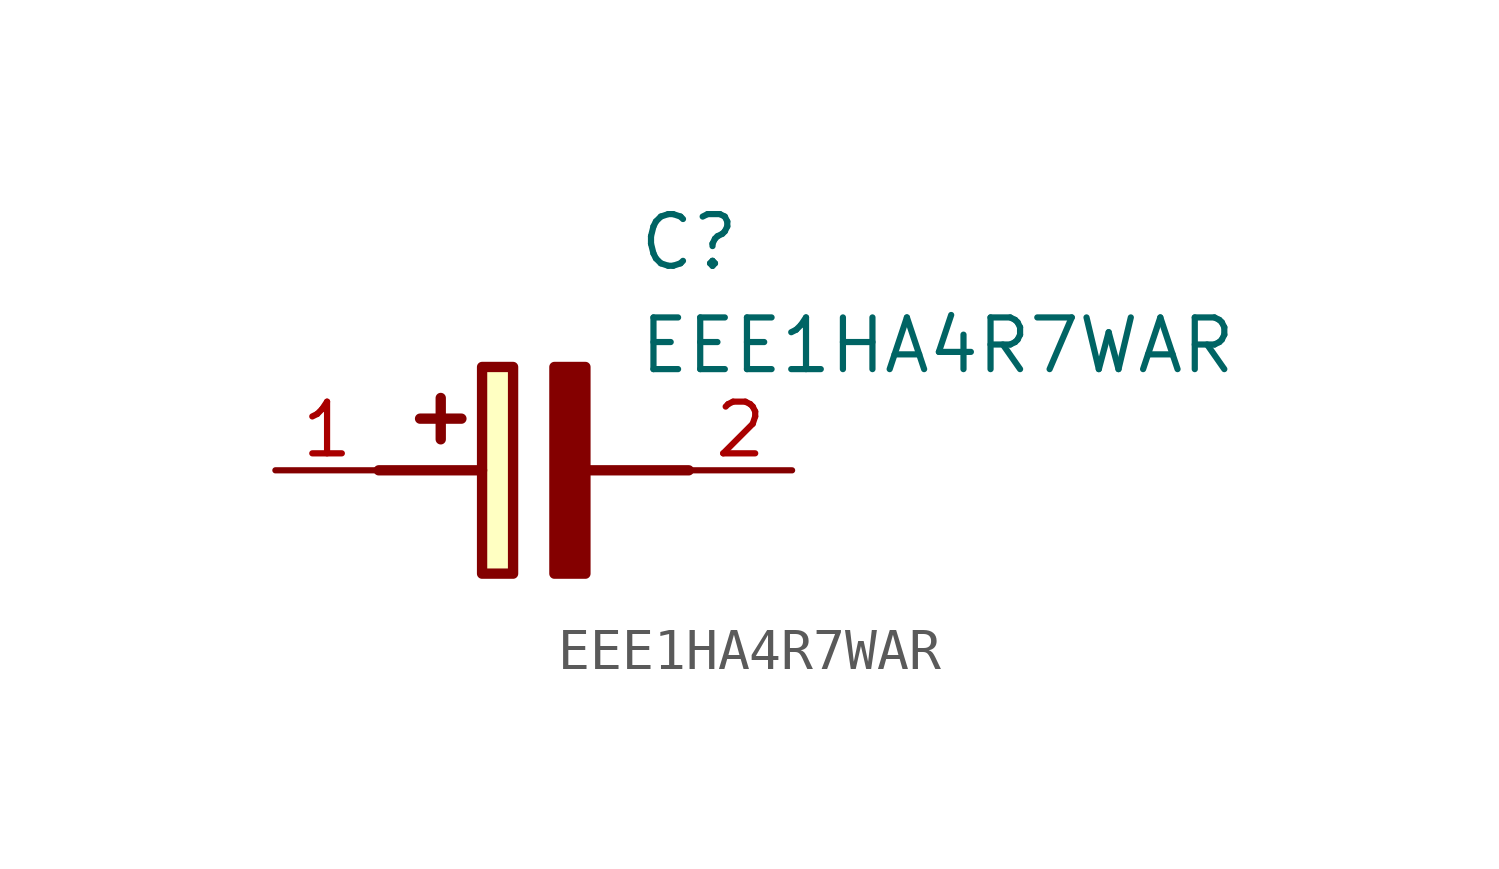
<source format=kicad_sym>
(kicad_symbol_lib
  (version 20211014)
  (generator SamacSys_ECAD_Model)
  (symbol "EEE1HA4R7WAR"
    (pin_names hide)
    (property "Reference" "C"
      (at 8.89 6.35 0)
      (effects (font (size 1.27 1.27)) (justify left top)))
    (property "Value" "EEE1HA4R7WAR"
      (at 8.89 3.81 0)
      (effects (font (size 1.27 1.27)) (justify left top)))
    (rectangle
      (start 5.08 2.54)
      (end 5.842 -2.54)
      (stroke (width 0.254) (type default))
      (fill (type background)))
    (polyline
      (pts (xy 4.572 1.27) (xy 3.556 1.27))
      (stroke (width 0.254) (type default))
      (fill (type none)))
    (polyline
      (pts (xy 4.064 1.778) (xy 4.064 0.762))
      (stroke (width 0.254) (type default))
      (fill (type none)))
    (polyline
      (pts (xy 2.54 0) (xy 5.08 0))
      (stroke (width 0.254) (type default))
      (fill (type none)))
    (polyline
      (pts (xy 7.62 0) (xy 10.16 0))
      (stroke (width 0.254) (type default))
      (fill (type none)))
    (polyline
      (pts (xy 7.62 2.54) (xy 7.62 -2.54) (xy 6.858 -2.54) (xy 6.858 2.54) (xy 7.62 2.54))
      (stroke (width 0.254) (type default))
      (fill (type outline)))
    (pin passive line
      (at 0 0 0)
      (length 2.54)
      (name "+" (effects (font (size 1.27 1.27))))
      (number "1" (effects (font (size 1.27 1.27)))))
    (pin passive line
      (at 12.7 0 180)
      (length 2.54)
      (name "-" (effects (font (size 1.27 1.27))))
      (number "2" (effects (font (size 1.27 1.27)))))))
</source>
